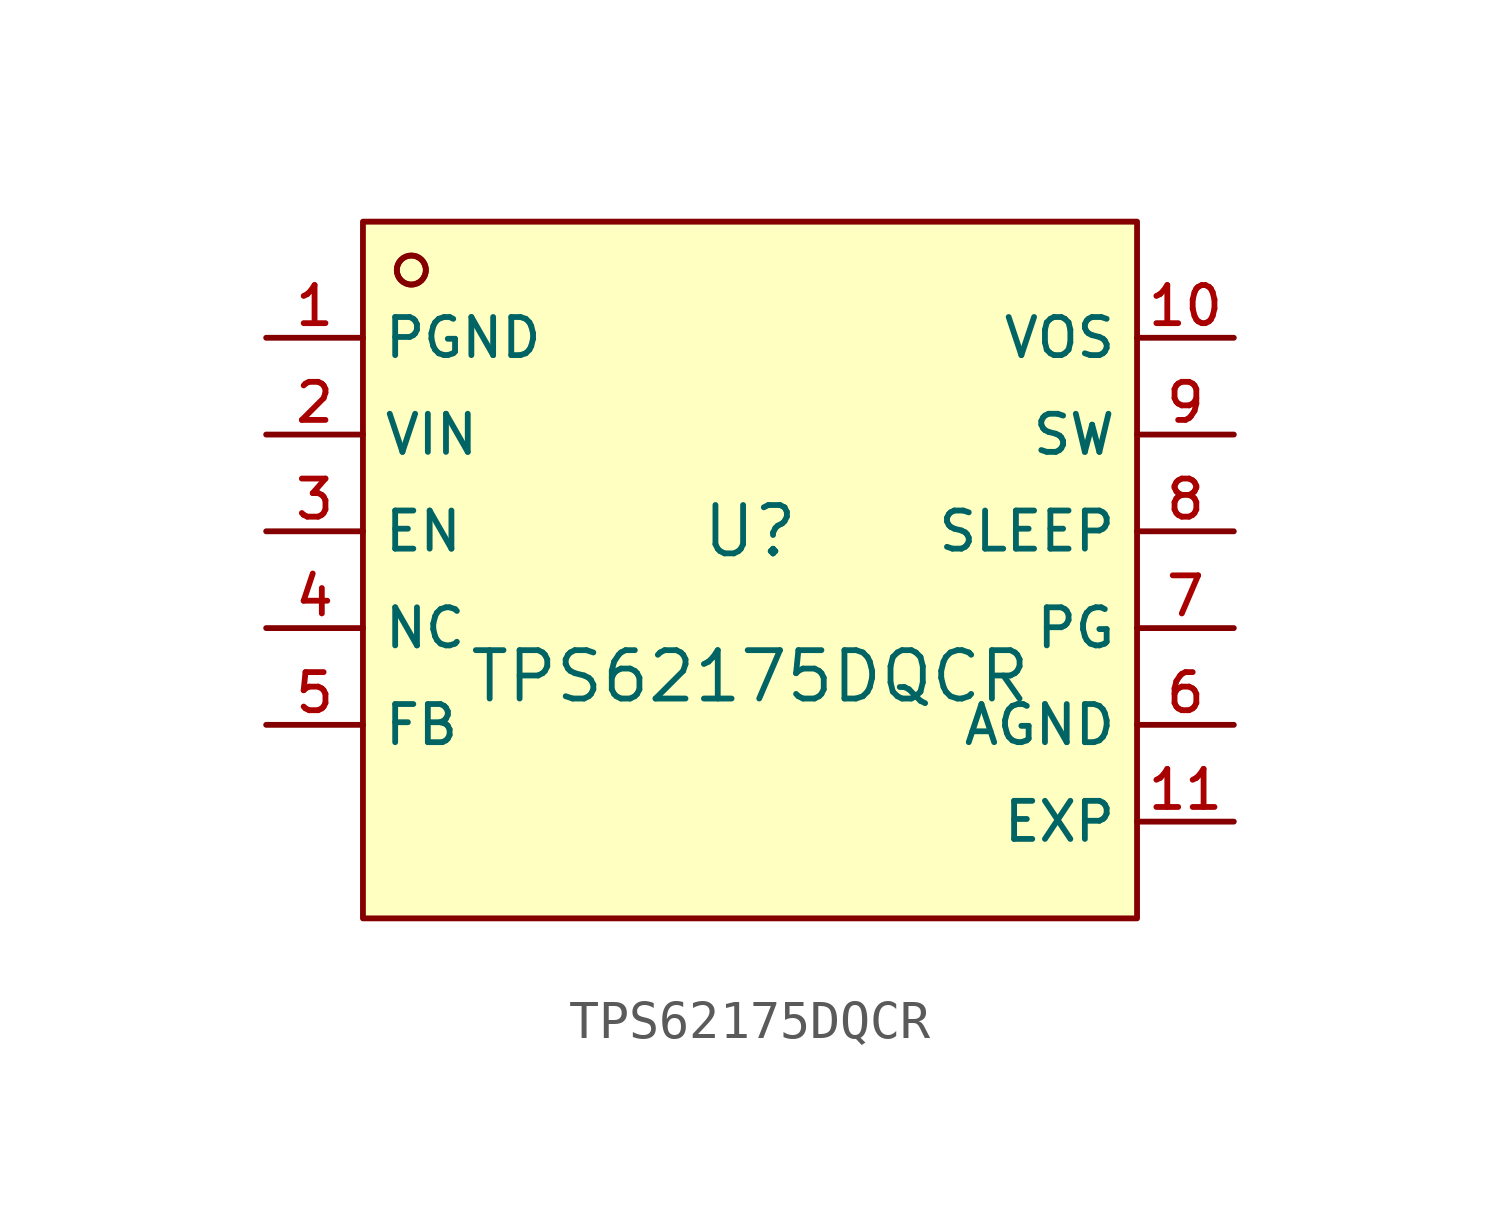
<source format=kicad_sym>
(kicad_symbol_lib
  (version 20210201)
  (generator TousstNicolas/JLC2KiCad_lib)
  (symbol "TPS62175DQCR"
    (property "Reference" "U"
      (at 0 1.27 0)
      (effects (font (size 1.27 1.27))))
    (property "Value" "TPS62175DQCR"
      (at 0 -2.54 0)
      (effects (font (size 1.27 1.27))))
    (symbol "TPS62175DQCR_0_1"
      (circle (center -8.89 8.128) (radius 0.381) (stroke (width 0) (type default) (color 0 0 0 0)) (fill (type background)))
      (rectangle (start -10.16 9.398) (end 10.16 -8.89) (stroke (width 0) (type default) (color 0 0 0 0)) (fill (type background)))
      (circle (center -8.89 8.128) (radius 0.381) (stroke (width 0) (type default) (color 0 0 0 0)) (fill (type background)))
      (pin unspecified line (at -12.7 6.35 0) (length 2.54) (name "PGND" (effects (font (size 1 1)))) (number "1" (effects (font (size 1 1)))))
      (pin unspecified line (at -12.7 3.81 0) (length 2.54) (name "VIN" (effects (font (size 1 1)))) (number "2" (effects (font (size 1 1)))))
      (pin unspecified line (at -12.7 1.27 0) (length 2.54) (name "EN" (effects (font (size 1 1)))) (number "3" (effects (font (size 1 1)))))
      (pin unspecified line (at -12.7 -1.27 0) (length 2.54) (name "NC" (effects (font (size 1 1)))) (number "4" (effects (font (size 1 1)))))
      (pin unspecified line (at -12.7 -3.81 0) (length 2.54) (name "FB" (effects (font (size 1 1)))) (number "5" (effects (font (size 1 1)))))
      (pin unspecified line (at 12.7 -3.81 180) (length 2.54) (name "AGND" (effects (font (size 1 1)))) (number "6" (effects (font (size 1 1)))))
      (pin unspecified line (at 12.7 -1.27 180) (length 2.54) (name "PG" (effects (font (size 1 1)))) (number "7" (effects (font (size 1 1)))))
      (pin unspecified line (at 12.7 1.27 180) (length 2.54) (name "SLEEP" (effects (font (size 1 1)))) (number "8" (effects (font (size 1 1)))))
      (pin unspecified line (at 12.7 3.81 180) (length 2.54) (name "SW" (effects (font (size 1 1)))) (number "9" (effects (font (size 1 1)))))
      (pin unspecified line (at 12.7 6.35 180) (length 2.54) (name "VOS" (effects (font (size 1 1)))) (number "10" (effects (font (size 1 1)))))
      (pin unspecified line (at 12.7 -6.35 180) (length 2.54) (name "EXP" (effects (font (size 1 1)))) (number "11" (effects (font (size 1 1))))))))
</source>
